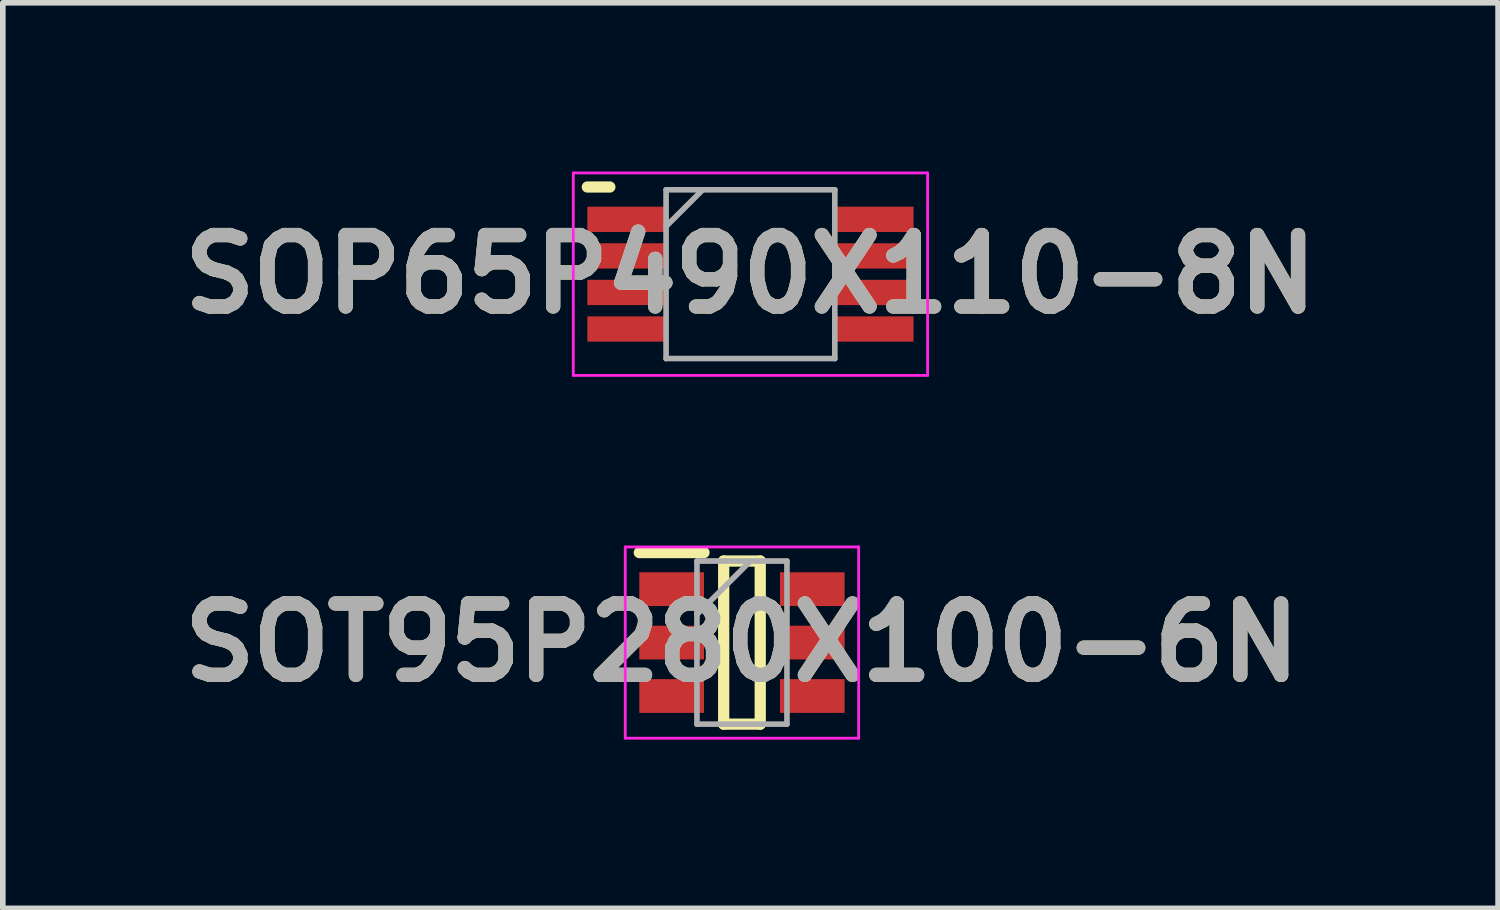
<source format=kicad_pcb>
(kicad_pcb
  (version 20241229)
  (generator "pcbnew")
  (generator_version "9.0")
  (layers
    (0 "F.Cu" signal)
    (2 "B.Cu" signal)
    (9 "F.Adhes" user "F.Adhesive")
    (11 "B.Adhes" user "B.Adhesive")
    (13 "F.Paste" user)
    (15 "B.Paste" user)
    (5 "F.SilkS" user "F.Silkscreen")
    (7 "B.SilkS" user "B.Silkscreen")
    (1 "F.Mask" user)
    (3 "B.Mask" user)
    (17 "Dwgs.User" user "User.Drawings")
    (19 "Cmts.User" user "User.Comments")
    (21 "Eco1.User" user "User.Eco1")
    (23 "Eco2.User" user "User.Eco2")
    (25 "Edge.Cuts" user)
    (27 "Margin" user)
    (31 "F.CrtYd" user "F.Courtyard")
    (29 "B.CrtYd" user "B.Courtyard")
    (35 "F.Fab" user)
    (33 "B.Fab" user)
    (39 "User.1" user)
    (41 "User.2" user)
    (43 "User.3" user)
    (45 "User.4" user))
  (footprint "SOT95P280X100-6N"
    (layer "F.Cu")
    (at 10.142 8.375)
    (property "Reference" "SOT95P280X100-6N" (at 0 0 0) (layer "F.SilkS") (effects (font (size 1.27 1.27) (thickness 0.254))))
    (attr smd)
    (fp_line (start -1.825 -1.6) (end -0.675 -1.6) (stroke (width 0.2) (type solid)) (layer "F.SilkS"))
    (fp_line (start -0.325 -1.45) (end 0.325 -1.45) (stroke (width 0.2) (type solid)) (layer "F.SilkS"))
    (fp_line (start -0.325 1.45) (end -0.325 -1.45) (stroke (width 0.2) (type solid)) (layer "F.SilkS"))
    (fp_line (start 0.325 -1.45) (end 0.325 1.45) (stroke (width 0.2) (type solid)) (layer "F.SilkS"))
    (fp_line (start 0.325 1.45) (end -0.325 1.45) (stroke (width 0.2) (type solid)) (layer "F.SilkS"))
    (fp_line (start -2.075 -1.7) (end 2.075 -1.7) (stroke (width 0.05) (type solid)) (layer "F.CrtYd"))
    (fp_line (start -2.075 1.7) (end -2.075 -1.7) (stroke (width 0.05) (type solid)) (layer "F.CrtYd"))
    (fp_line (start 2.075 -1.7) (end 2.075 1.7) (stroke (width 0.05) (type solid)) (layer "F.CrtYd"))
    (fp_line (start 2.075 1.7) (end -2.075 1.7) (stroke (width 0.05) (type solid)) (layer "F.CrtYd"))
    (fp_line (start -0.8 -1.45) (end 0.8 -1.45) (stroke (width 0.1) (type solid)) (layer "F.Fab"))
    (fp_line (start -0.8 -0.5) (end 0.15 -1.45) (stroke (width 0.1) (type solid)) (layer "F.Fab"))
    (fp_line (start -0.8 1.45) (end -0.8 -1.45) (stroke (width 0.1) (type solid)) (layer "F.Fab"))
    (fp_line (start 0.8 -1.45) (end 0.8 1.45) (stroke (width 0.1) (type solid)) (layer "F.Fab"))
    (fp_line (start 0.8 1.45) (end -0.8 1.45) (stroke (width 0.1) (type solid)) (layer "F.Fab"))
    (fp_text user "${REFERENCE}" (at 0 0 0) (layer "F.Fab") (effects (font (size 1.27 1.27) (thickness 0.254))))
    (pad "1" smd rect (at -1.25 -0.95 90) (size 0.6 1.15) (layers "F.Cu" "F.Mask" "F.Paste"))
    (pad "2" smd rect (at -1.25 0 90) (size 0.6 1.15) (layers "F.Cu" "F.Mask" "F.Paste"))
    (pad "3" smd rect (at -1.25 0.95 90) (size 0.6 1.15) (layers "F.Cu" "F.Mask" "F.Paste"))
    (pad "4" smd rect (at 1.25 0.95 90) (size 0.6 1.15) (layers "F.Cu" "F.Mask" "F.Paste"))
    (pad "5" smd rect (at 1.25 0 90) (size 0.6 1.15) (layers "F.Cu" "F.Mask" "F.Paste"))
    (pad "6" smd rect (at 1.25 -0.95 90) (size 0.6 1.15) (layers "F.Cu" "F.Mask" "F.Paste")))
  (footprint "SOP65P490X110-8N"
    (layer "F.Cu")
    (at 10.293 1.825)
    (property "Reference" "SOP65P490X110-8N" (at 0 0 0) (layer "F.SilkS") (effects (font (size 1.27 1.27) (thickness 0.254))))
    (attr smd)
    (fp_line (start -2.9 -1.55) (end -2.5 -1.55) (stroke (width 0.2) (type solid)) (layer "F.SilkS"))
    (fp_line (start -3.15 -1.8) (end 3.15 -1.8) (stroke (width 0.05) (type solid)) (layer "F.CrtYd"))
    (fp_line (start -3.15 1.8) (end -3.15 -1.8) (stroke (width 0.05) (type solid)) (layer "F.CrtYd"))
    (fp_line (start 3.15 -1.8) (end 3.15 1.8) (stroke (width 0.05) (type solid)) (layer "F.CrtYd"))
    (fp_line (start 3.15 1.8) (end -3.15 1.8) (stroke (width 0.05) (type solid)) (layer "F.CrtYd"))
    (fp_line (start -1.5 -1.5) (end 1.5 -1.5) (stroke (width 0.1) (type solid)) (layer "F.Fab"))
    (fp_line (start -1.5 -0.85) (end -0.85 -1.5) (stroke (width 0.1) (type solid)) (layer "F.Fab"))
    (fp_line (start -1.5 1.5) (end -1.5 -1.5) (stroke (width 0.1) (type solid)) (layer "F.Fab"))
    (fp_line (start 1.5 -1.5) (end 1.5 1.5) (stroke (width 0.1) (type solid)) (layer "F.Fab"))
    (fp_line (start 1.5 1.5) (end -1.5 1.5) (stroke (width 0.1) (type solid)) (layer "F.Fab"))
    (fp_text user "${REFERENCE}" (at 0 0 0) (layer "F.Fab") (effects (font (size 1.27 1.27) (thickness 0.254))))
    (pad "1" smd rect (at -2.2 -0.975 90) (size 0.45 1.4) (layers "F.Cu" "F.Mask" "F.Paste"))
    (pad "2" smd rect (at -2.2 -0.325 90) (size 0.45 1.4) (layers "F.Cu" "F.Mask" "F.Paste"))
    (pad "3" smd rect (at -2.2 0.325 90) (size 0.45 1.4) (layers "F.Cu" "F.Mask" "F.Paste"))
    (pad "4" smd rect (at -2.2 0.975 90) (size 0.45 1.4) (layers "F.Cu" "F.Mask" "F.Paste"))
    (pad "5" smd rect (at 2.2 0.975 90) (size 0.45 1.4) (layers "F.Cu" "F.Mask" "F.Paste"))
    (pad "6" smd rect (at 2.2 0.325 90) (size 0.45 1.4) (layers "F.Cu" "F.Mask" "F.Paste"))
    (pad "7" smd rect (at 2.2 -0.325 90) (size 0.45 1.4) (layers "F.Cu" "F.Mask" "F.Paste"))
    (pad "8" smd rect (at 2.2 -0.975 90) (size 0.45 1.4) (layers "F.Cu" "F.Mask" "F.Paste")))
  (gr_rect
    (start -3 -3)
    (end 23.586 13.1)
    (stroke (width 0.1) (type default))
    (fill no)
    (layer "Edge.Cuts")))
</source>
